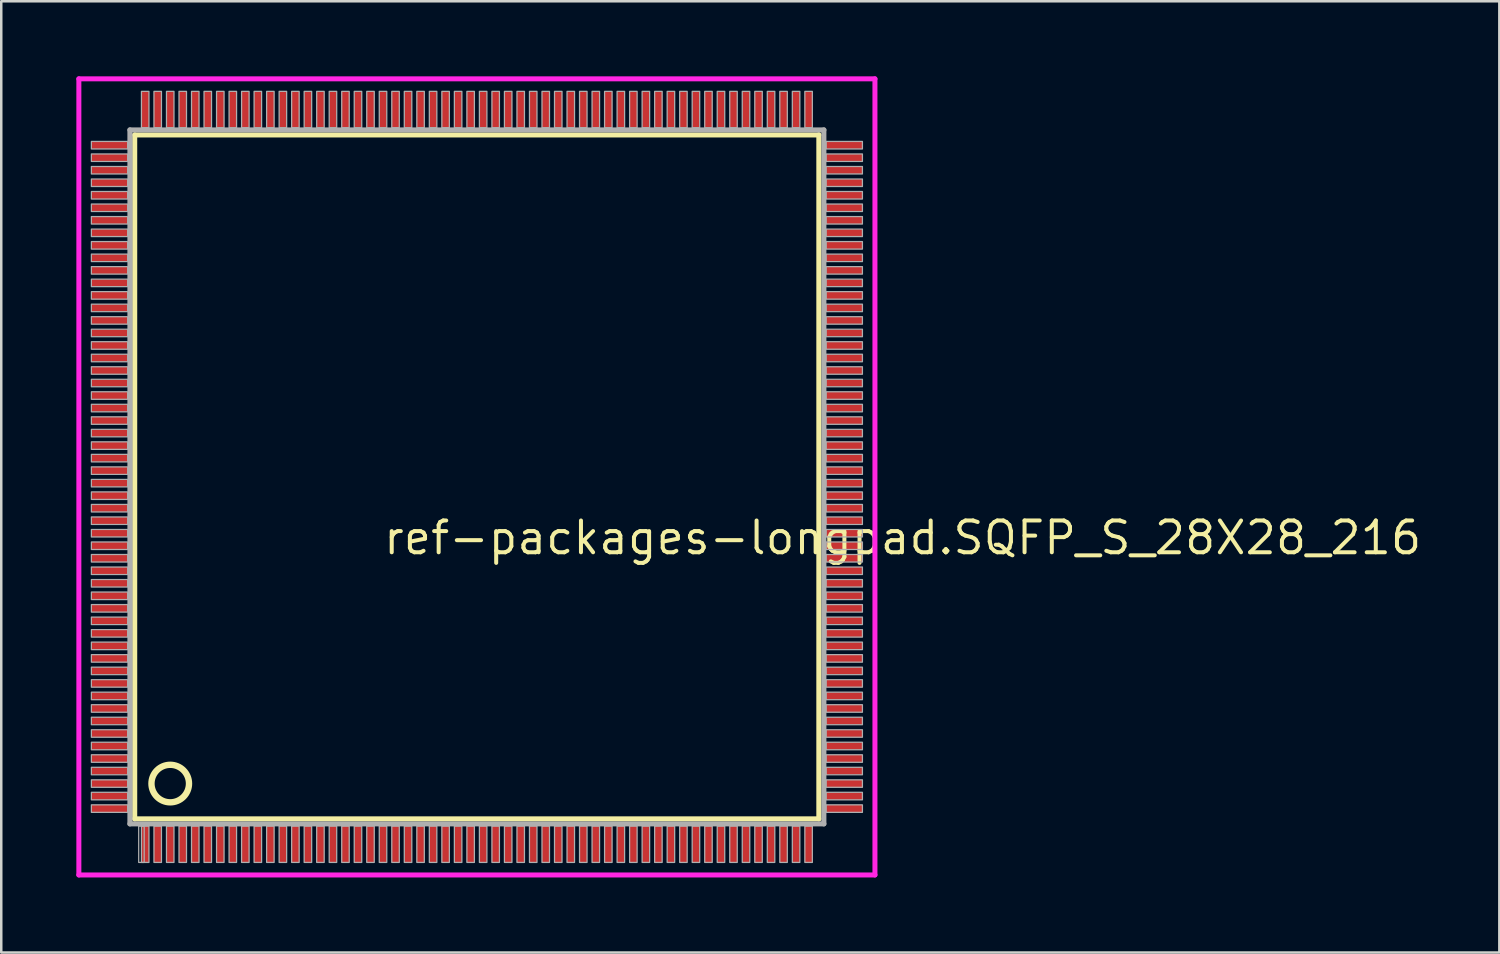
<source format=kicad_pcb>
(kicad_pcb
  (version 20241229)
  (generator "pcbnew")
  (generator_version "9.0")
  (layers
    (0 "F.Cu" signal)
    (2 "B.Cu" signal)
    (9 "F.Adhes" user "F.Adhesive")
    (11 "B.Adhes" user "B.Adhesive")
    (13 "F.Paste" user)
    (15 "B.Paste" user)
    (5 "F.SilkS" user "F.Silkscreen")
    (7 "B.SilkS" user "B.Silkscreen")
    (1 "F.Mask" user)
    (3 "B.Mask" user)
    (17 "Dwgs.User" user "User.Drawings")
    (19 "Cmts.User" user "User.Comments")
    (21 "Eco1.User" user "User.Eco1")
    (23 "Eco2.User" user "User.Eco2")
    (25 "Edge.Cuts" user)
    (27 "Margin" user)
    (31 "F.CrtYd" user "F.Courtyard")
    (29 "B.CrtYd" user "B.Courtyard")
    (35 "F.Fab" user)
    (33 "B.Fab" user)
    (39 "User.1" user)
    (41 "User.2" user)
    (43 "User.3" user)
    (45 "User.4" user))
  (footprint "ref-packages-longpad.SQFP_S_28X28_216"
    (layer "F.Cu")
    (at 16 16)
    (property "Reference" "ref-packages-longpad.SQFP_S_28X28_216" (at -3.81 3.175 0) (layer "F.SilkS") (effects (font (size 1.27 1.27) (thickness 0.16)) (justify left bottom)))
    (attr smd)
    (fp_line (start -13.67 -13.66) (end 13.66 -13.66) (stroke (width 0.203) (type default)) (layer "F.SilkS"))
    (fp_line (start -13.67 13.66) (end -13.67 -13.66) (stroke (width 0.203) (type default)) (layer "F.SilkS"))
    (fp_line (start 13.66 -13.66) (end 13.66 13.66) (stroke (width 0.203) (type default)) (layer "F.SilkS"))
    (fp_line (start 13.66 13.66) (end -13.67 13.66) (stroke (width 0.203) (type default)) (layer "F.SilkS"))
    (fp_circle (center -12.25 12.25) (end -11.5 12.25) (stroke (width 0.254) (type default)) (fill no) (layer "F.SilkS"))
    (fp_line (start -15.9 -15.9) (end 15.9 -15.9) (stroke (width 0.2) (type default)) (layer "F.CrtYd"))
    (fp_line (start -15.9 15.9) (end -15.9 -15.9) (stroke (width 0.2) (type default)) (layer "F.CrtYd"))
    (fp_line (start 15.9 -15.9) (end 15.9 15.9) (stroke (width 0.2) (type default)) (layer "F.CrtYd"))
    (fp_line (start 15.9 15.9) (end -15.9 15.9) (stroke (width 0.2) (type default)) (layer "F.CrtYd"))
    (fp_line (start -13.86 -13.86) (end -13.86 13.86) (stroke (width 0.203) (type default)) (layer "F.Fab"))
    (fp_line (start -13.86 13.86) (end 13.86 13.86) (stroke (width 0.203) (type default)) (layer "F.Fab"))
    (fp_line (start 13.86 -13.86) (end -13.86 -13.86) (stroke (width 0.203) (type default)) (layer "F.Fab"))
    (fp_line (start 13.86 13.86) (end 13.86 -13.86) (stroke (width 0.203) (type default)) (layer "F.Fab"))
    (fp_rect (start -15.4 -13.1) (end -13.95 -13.4) (stroke (width 0.05) (type default)) (fill no) (layer "F.Fab"))
    (fp_rect (start -15.4 -12.6) (end -13.95 -12.9) (stroke (width 0.05) (type default)) (fill no) (layer "F.Fab"))
    (fp_rect (start -15.4 -12.1) (end -13.95 -12.4) (stroke (width 0.05) (type default)) (fill no) (layer "F.Fab"))
    (fp_rect (start -15.4 -11.6) (end -13.95 -11.9) (stroke (width 0.05) (type default)) (fill no) (layer "F.Fab"))
    (fp_rect (start -15.4 -11.1) (end -13.95 -11.4) (stroke (width 0.05) (type default)) (fill no) (layer "F.Fab"))
    (fp_rect (start -15.4 -10.6) (end -13.95 -10.9) (stroke (width 0.05) (type default)) (fill no) (layer "F.Fab"))
    (fp_rect (start -15.4 -10.1) (end -13.95 -10.4) (stroke (width 0.05) (type default)) (fill no) (layer "F.Fab"))
    (fp_rect (start -15.4 -9.6) (end -13.95 -9.9) (stroke (width 0.05) (type default)) (fill no) (layer "F.Fab"))
    (fp_rect (start -15.4 -9.1) (end -13.95 -9.4) (stroke (width 0.05) (type default)) (fill no) (layer "F.Fab"))
    (fp_rect (start -15.4 -8.6) (end -13.95 -8.9) (stroke (width 0.05) (type default)) (fill no) (layer "F.Fab"))
    (fp_rect (start -15.4 -8.1) (end -13.95 -8.4) (stroke (width 0.05) (type default)) (fill no) (layer "F.Fab"))
    (fp_rect (start -15.4 -7.6) (end -13.95 -7.9) (stroke (width 0.05) (type default)) (fill no) (layer "F.Fab"))
    (fp_rect (start -15.4 -7.1) (end -13.95 -7.4) (stroke (width 0.05) (type default)) (fill no) (layer "F.Fab"))
    (fp_rect (start -15.4 -6.6) (end -13.95 -6.9) (stroke (width 0.05) (type default)) (fill no) (layer "F.Fab"))
    (fp_rect (start -15.4 -6.1) (end -13.95 -6.4) (stroke (width 0.05) (type default)) (fill no) (layer "F.Fab"))
    (fp_rect (start -15.4 -5.6) (end -13.95 -5.9) (stroke (width 0.05) (type default)) (fill no) (layer "F.Fab"))
    (fp_rect (start -15.4 -5.1) (end -13.95 -5.4) (stroke (width 0.05) (type default)) (fill no) (layer "F.Fab"))
    (fp_rect (start -15.4 -4.6) (end -13.95 -4.9) (stroke (width 0.05) (type default)) (fill no) (layer "F.Fab"))
    (fp_rect (start -15.4 -4.1) (end -13.95 -4.4) (stroke (width 0.05) (type default)) (fill no) (layer "F.Fab"))
    (fp_rect (start -15.4 -3.6) (end -13.95 -3.9) (stroke (width 0.05) (type default)) (fill no) (layer "F.Fab"))
    (fp_rect (start -15.4 -3.1) (end -13.95 -3.4) (stroke (width 0.05) (type default)) (fill no) (layer "F.Fab"))
    (fp_rect (start -15.4 -2.6) (end -13.95 -2.9) (stroke (width 0.05) (type default)) (fill no) (layer "F.Fab"))
    (fp_rect (start -15.4 -2.1) (end -13.95 -2.4) (stroke (width 0.05) (type default)) (fill no) (layer "F.Fab"))
    (fp_rect (start -15.4 -1.6) (end -13.95 -1.9) (stroke (width 0.05) (type default)) (fill no) (layer "F.Fab"))
    (fp_rect (start -15.4 -1.1) (end -13.95 -1.4) (stroke (width 0.05) (type default)) (fill no) (layer "F.Fab"))
    (fp_rect (start -15.4 -0.6) (end -13.95 -0.9) (stroke (width 0.05) (type default)) (fill no) (layer "F.Fab"))
    (fp_rect (start -15.4 -0.1) (end -13.95 -0.4) (stroke (width 0.05) (type default)) (fill no) (layer "F.Fab"))
    (fp_rect (start -15.4 0.4) (end -13.95 0.1) (stroke (width 0.05) (type default)) (fill no) (layer "F.Fab"))
    (fp_rect (start -15.4 0.9) (end -13.95 0.6) (stroke (width 0.05) (type default)) (fill no) (layer "F.Fab"))
    (fp_rect (start -15.4 1.4) (end -13.95 1.1) (stroke (width 0.05) (type default)) (fill no) (layer "F.Fab"))
    (fp_rect (start -15.4 1.9) (end -13.95 1.6) (stroke (width 0.05) (type default)) (fill no) (layer "F.Fab"))
    (fp_rect (start -15.4 2.4) (end -13.95 2.1) (stroke (width 0.05) (type default)) (fill no) (layer "F.Fab"))
    (fp_rect (start -15.4 2.9) (end -13.95 2.6) (stroke (width 0.05) (type default)) (fill no) (layer "F.Fab"))
    (fp_rect (start -15.4 3.4) (end -13.95 3.1) (stroke (width 0.05) (type default)) (fill no) (layer "F.Fab"))
    (fp_rect (start -15.4 3.9) (end -13.95 3.6) (stroke (width 0.05) (type default)) (fill no) (layer "F.Fab"))
    (fp_rect (start -15.4 4.4) (end -13.95 4.1) (stroke (width 0.05) (type default)) (fill no) (layer "F.Fab"))
    (fp_rect (start -15.4 4.9) (end -13.95 4.6) (stroke (width 0.05) (type default)) (fill no) (layer "F.Fab"))
    (fp_rect (start -15.4 5.4) (end -13.95 5.1) (stroke (width 0.05) (type default)) (fill no) (layer "F.Fab"))
    (fp_rect (start -15.4 5.9) (end -13.95 5.6) (stroke (width 0.05) (type default)) (fill no) (layer "F.Fab"))
    (fp_rect (start -15.4 6.4) (end -13.95 6.1) (stroke (width 0.05) (type default)) (fill no) (layer "F.Fab"))
    (fp_rect (start -15.4 6.9) (end -13.95 6.6) (stroke (width 0.05) (type default)) (fill no) (layer "F.Fab"))
    (fp_rect (start -15.4 7.4) (end -13.95 7.1) (stroke (width 0.05) (type default)) (fill no) (layer "F.Fab"))
    (fp_rect (start -15.4 7.9) (end -13.95 7.6) (stroke (width 0.05) (type default)) (fill no) (layer "F.Fab"))
    (fp_rect (start -15.4 8.4) (end -13.95 8.1) (stroke (width 0.05) (type default)) (fill no) (layer "F.Fab"))
    (fp_rect (start -15.4 8.9) (end -13.95 8.6) (stroke (width 0.05) (type default)) (fill no) (layer "F.Fab"))
    (fp_rect (start -15.4 9.4) (end -13.95 9.1) (stroke (width 0.05) (type default)) (fill no) (layer "F.Fab"))
    (fp_rect (start -15.4 9.9) (end -13.95 9.6) (stroke (width 0.05) (type default)) (fill no) (layer "F.Fab"))
    (fp_rect (start -15.4 10.4) (end -13.95 10.1) (stroke (width 0.05) (type default)) (fill no) (layer "F.Fab"))
    (fp_rect (start -15.4 10.9) (end -13.95 10.6) (stroke (width 0.05) (type default)) (fill no) (layer "F.Fab"))
    (fp_rect (start -15.4 11.4) (end -13.95 11.1) (stroke (width 0.05) (type default)) (fill no) (layer "F.Fab"))
    (fp_rect (start -15.4 11.9) (end -13.95 11.6) (stroke (width 0.05) (type default)) (fill no) (layer "F.Fab"))
    (fp_rect (start -15.4 12.4) (end -13.95 12.1) (stroke (width 0.05) (type default)) (fill no) (layer "F.Fab"))
    (fp_rect (start -15.4 12.9) (end -13.95 12.6) (stroke (width 0.05) (type default)) (fill no) (layer "F.Fab"))
    (fp_rect (start -15.4 13.4) (end -13.95 13.1) (stroke (width 0.05) (type default)) (fill no) (layer "F.Fab"))
    (fp_rect (start -13.51 15.4) (end -13.29 13.95) (stroke (width 0.05) (type default)) (fill no) (layer "F.Fab"))
    (fp_rect (start -13.4 -13.95) (end -13.1 -15.4) (stroke (width 0.05) (type default)) (fill no) (layer "F.Fab"))
    (fp_rect (start -13.4 15.4) (end -13.1 13.95) (stroke (width 0.05) (type default)) (fill no) (layer "F.Fab"))
    (fp_rect (start -12.9 -13.95) (end -12.6 -15.4) (stroke (width 0.05) (type default)) (fill no) (layer "F.Fab"))
    (fp_rect (start -12.9 15.4) (end -12.6 13.95) (stroke (width 0.05) (type default)) (fill no) (layer "F.Fab"))
    (fp_rect (start -12.4 -13.95) (end -12.1 -15.4) (stroke (width 0.05) (type default)) (fill no) (layer "F.Fab"))
    (fp_rect (start -12.4 15.4) (end -12.1 13.95) (stroke (width 0.05) (type default)) (fill no) (layer "F.Fab"))
    (fp_rect (start -11.9 -13.95) (end -11.6 -15.4) (stroke (width 0.05) (type default)) (fill no) (layer "F.Fab"))
    (fp_rect (start -11.9 15.4) (end -11.6 13.95) (stroke (width 0.05) (type default)) (fill no) (layer "F.Fab"))
    (fp_rect (start -11.4 -13.95) (end -11.1 -15.4) (stroke (width 0.05) (type default)) (fill no) (layer "F.Fab"))
    (fp_rect (start -11.4 15.4) (end -11.1 13.95) (stroke (width 0.05) (type default)) (fill no) (layer "F.Fab"))
    (fp_rect (start -10.9 -13.95) (end -10.6 -15.4) (stroke (width 0.05) (type default)) (fill no) (layer "F.Fab"))
    (fp_rect (start -10.9 15.4) (end -10.6 13.95) (stroke (width 0.05) (type default)) (fill no) (layer "F.Fab"))
    (fp_rect (start -10.4 -13.95) (end -10.1 -15.4) (stroke (width 0.05) (type default)) (fill no) (layer "F.Fab"))
    (fp_rect (start -10.4 15.4) (end -10.1 13.95) (stroke (width 0.05) (type default)) (fill no) (layer "F.Fab"))
    (fp_rect (start -9.9 -13.95) (end -9.6 -15.4) (stroke (width 0.05) (type default)) (fill no) (layer "F.Fab"))
    (fp_rect (start -9.9 15.4) (end -9.6 13.95) (stroke (width 0.05) (type default)) (fill no) (layer "F.Fab"))
    (fp_rect (start -9.4 -13.95) (end -9.1 -15.4) (stroke (width 0.05) (type default)) (fill no) (layer "F.Fab"))
    (fp_rect (start -9.4 15.4) (end -9.1 13.95) (stroke (width 0.05) (type default)) (fill no) (layer "F.Fab"))
    (fp_rect (start -8.9 -13.95) (end -8.6 -15.4) (stroke (width 0.05) (type default)) (fill no) (layer "F.Fab"))
    (fp_rect (start -8.9 15.4) (end -8.6 13.95) (stroke (width 0.05) (type default)) (fill no) (layer "F.Fab"))
    (fp_rect (start -8.4 -13.95) (end -8.1 -15.4) (stroke (width 0.05) (type default)) (fill no) (layer "F.Fab"))
    (fp_rect (start -8.4 15.4) (end -8.1 13.95) (stroke (width 0.05) (type default)) (fill no) (layer "F.Fab"))
    (fp_rect (start -7.9 -13.95) (end -7.6 -15.4) (stroke (width 0.05) (type default)) (fill no) (layer "F.Fab"))
    (fp_rect (start -7.9 15.4) (end -7.6 13.95) (stroke (width 0.05) (type default)) (fill no) (layer "F.Fab"))
    (fp_rect (start -7.4 -13.95) (end -7.1 -15.4) (stroke (width 0.05) (type default)) (fill no) (layer "F.Fab"))
    (fp_rect (start -7.4 15.4) (end -7.1 13.95) (stroke (width 0.05) (type default)) (fill no) (layer "F.Fab"))
    (fp_rect (start -6.9 -13.95) (end -6.6 -15.4) (stroke (width 0.05) (type default)) (fill no) (layer "F.Fab"))
    (fp_rect (start -6.9 15.4) (end -6.6 13.95) (stroke (width 0.05) (type default)) (fill no) (layer "F.Fab"))
    (fp_rect (start -6.4 -13.95) (end -6.1 -15.4) (stroke (width 0.05) (type default)) (fill no) (layer "F.Fab"))
    (fp_rect (start -6.4 15.4) (end -6.1 13.95) (stroke (width 0.05) (type default)) (fill no) (layer "F.Fab"))
    (fp_rect (start -5.9 -13.95) (end -5.6 -15.4) (stroke (width 0.05) (type default)) (fill no) (layer "F.Fab"))
    (fp_rect (start -5.9 15.4) (end -5.6 13.95) (stroke (width 0.05) (type default)) (fill no) (layer "F.Fab"))
    (fp_rect (start -5.4 -13.95) (end -5.1 -15.4) (stroke (width 0.05) (type default)) (fill no) (layer "F.Fab"))
    (fp_rect (start -5.4 15.4) (end -5.1 13.95) (stroke (width 0.05) (type default)) (fill no) (layer "F.Fab"))
    (fp_rect (start -4.9 -13.95) (end -4.6 -15.4) (stroke (width 0.05) (type default)) (fill no) (layer "F.Fab"))
    (fp_rect (start -4.9 15.4) (end -4.6 13.95) (stroke (width 0.05) (type default)) (fill no) (layer "F.Fab"))
    (fp_rect (start -4.4 -13.95) (end -4.1 -15.4) (stroke (width 0.05) (type default)) (fill no) (layer "F.Fab"))
    (fp_rect (start -4.4 15.4) (end -4.1 13.95) (stroke (width 0.05) (type default)) (fill no) (layer "F.Fab"))
    (fp_rect (start -3.9 -13.95) (end -3.6 -15.4) (stroke (width 0.05) (type default)) (fill no) (layer "F.Fab"))
    (fp_rect (start -3.9 15.4) (end -3.6 13.95) (stroke (width 0.05) (type default)) (fill no) (layer "F.Fab"))
    (fp_rect (start -3.4 -13.95) (end -3.1 -15.4) (stroke (width 0.05) (type default)) (fill no) (layer "F.Fab"))
    (fp_rect (start -3.4 15.4) (end -3.1 13.95) (stroke (width 0.05) (type default)) (fill no) (layer "F.Fab"))
    (fp_rect (start -2.9 -13.95) (end -2.6 -15.4) (stroke (width 0.05) (type default)) (fill no) (layer "F.Fab"))
    (fp_rect (start -2.9 15.4) (end -2.6 13.95) (stroke (width 0.05) (type default)) (fill no) (layer "F.Fab"))
    (fp_rect (start -2.4 -13.95) (end -2.1 -15.4) (stroke (width 0.05) (type default)) (fill no) (layer "F.Fab"))
    (fp_rect (start -2.4 15.4) (end -2.1 13.95) (stroke (width 0.05) (type default)) (fill no) (layer "F.Fab"))
    (fp_rect (start -1.9 -13.95) (end -1.6 -15.4) (stroke (width 0.05) (type default)) (fill no) (layer "F.Fab"))
    (fp_rect (start -1.9 15.4) (end -1.6 13.95) (stroke (width 0.05) (type default)) (fill no) (layer "F.Fab"))
    (fp_rect (start -1.4 -13.95) (end -1.1 -15.4) (stroke (width 0.05) (type default)) (fill no) (layer "F.Fab"))
    (fp_rect (start -1.4 15.4) (end -1.1 13.95) (stroke (width 0.05) (type default)) (fill no) (layer "F.Fab"))
    (fp_rect (start -0.9 -13.95) (end -0.6 -15.4) (stroke (width 0.05) (type default)) (fill no) (layer "F.Fab"))
    (fp_rect (start -0.9 15.4) (end -0.6 13.95) (stroke (width 0.05) (type default)) (fill no) (layer "F.Fab"))
    (fp_rect (start -0.4 -13.95) (end -0.1 -15.4) (stroke (width 0.05) (type default)) (fill no) (layer "F.Fab"))
    (fp_rect (start -0.4 15.4) (end -0.1 13.95) (stroke (width 0.05) (type default)) (fill no) (layer "F.Fab"))
    (fp_rect (start 0.1 -13.95) (end 0.4 -15.4) (stroke (width 0.05) (type default)) (fill no) (layer "F.Fab"))
    (fp_rect (start 0.1 15.4) (end 0.4 13.95) (stroke (width 0.05) (type default)) (fill no) (layer "F.Fab"))
    (fp_rect (start 0.6 -13.95) (end 0.9 -15.4) (stroke (width 0.05) (type default)) (fill no) (layer "F.Fab"))
    (fp_rect (start 0.6 15.4) (end 0.9 13.95) (stroke (width 0.05) (type default)) (fill no) (layer "F.Fab"))
    (fp_rect (start 1.1 -13.95) (end 1.4 -15.4) (stroke (width 0.05) (type default)) (fill no) (layer "F.Fab"))
    (fp_rect (start 1.1 15.4) (end 1.4 13.95) (stroke (width 0.05) (type default)) (fill no) (layer "F.Fab"))
    (fp_rect (start 1.6 -13.95) (end 1.9 -15.4) (stroke (width 0.05) (type default)) (fill no) (layer "F.Fab"))
    (fp_rect (start 1.6 15.4) (end 1.9 13.95) (stroke (width 0.05) (type default)) (fill no) (layer "F.Fab"))
    (fp_rect (start 2.1 -13.95) (end 2.4 -15.4) (stroke (width 0.05) (type default)) (fill no) (layer "F.Fab"))
    (fp_rect (start 2.1 15.4) (end 2.4 13.95) (stroke (width 0.05) (type default)) (fill no) (layer "F.Fab"))
    (fp_rect (start 2.6 -13.95) (end 2.9 -15.4) (stroke (width 0.05) (type default)) (fill no) (layer "F.Fab"))
    (fp_rect (start 2.6 15.4) (end 2.9 13.95) (stroke (width 0.05) (type default)) (fill no) (layer "F.Fab"))
    (fp_rect (start 3.1 -13.95) (end 3.4 -15.4) (stroke (width 0.05) (type default)) (fill no) (layer "F.Fab"))
    (fp_rect (start 3.1 15.4) (end 3.4 13.95) (stroke (width 0.05) (type default)) (fill no) (layer "F.Fab"))
    (fp_rect (start 3.6 -13.95) (end 3.9 -15.4) (stroke (width 0.05) (type default)) (fill no) (layer "F.Fab"))
    (fp_rect (start 3.6 15.4) (end 3.9 13.95) (stroke (width 0.05) (type default)) (fill no) (layer "F.Fab"))
    (fp_rect (start 4.1 -13.95) (end 4.4 -15.4) (stroke (width 0.05) (type default)) (fill no) (layer "F.Fab"))
    (fp_rect (start 4.1 15.4) (end 4.4 13.95) (stroke (width 0.05) (type default)) (fill no) (layer "F.Fab"))
    (fp_rect (start 4.6 -13.95) (end 4.9 -15.4) (stroke (width 0.05) (type default)) (fill no) (layer "F.Fab"))
    (fp_rect (start 4.6 15.4) (end 4.9 13.95) (stroke (width 0.05) (type default)) (fill no) (layer "F.Fab"))
    (fp_rect (start 5.1 -13.95) (end 5.4 -15.4) (stroke (width 0.05) (type default)) (fill no) (layer "F.Fab"))
    (fp_rect (start 5.1 15.4) (end 5.4 13.95) (stroke (width 0.05) (type default)) (fill no) (layer "F.Fab"))
    (fp_rect (start 5.6 -13.95) (end 5.9 -15.4) (stroke (width 0.05) (type default)) (fill no) (layer "F.Fab"))
    (fp_rect (start 5.6 15.4) (end 5.9 13.95) (stroke (width 0.05) (type default)) (fill no) (layer "F.Fab"))
    (fp_rect (start 6.1 -13.95) (end 6.4 -15.4) (stroke (width 0.05) (type default)) (fill no) (layer "F.Fab"))
    (fp_rect (start 6.1 15.4) (end 6.4 13.95) (stroke (width 0.05) (type default)) (fill no) (layer "F.Fab"))
    (fp_rect (start 6.6 -13.95) (end 6.9 -15.4) (stroke (width 0.05) (type default)) (fill no) (layer "F.Fab"))
    (fp_rect (start 6.6 15.4) (end 6.9 13.95) (stroke (width 0.05) (type default)) (fill no) (layer "F.Fab"))
    (fp_rect (start 7.1 -13.95) (end 7.4 -15.4) (stroke (width 0.05) (type default)) (fill no) (layer "F.Fab"))
    (fp_rect (start 7.1 15.4) (end 7.4 13.95) (stroke (width 0.05) (type default)) (fill no) (layer "F.Fab"))
    (fp_rect (start 7.6 -13.95) (end 7.9 -15.4) (stroke (width 0.05) (type default)) (fill no) (layer "F.Fab"))
    (fp_rect (start 7.6 15.4) (end 7.9 13.95) (stroke (width 0.05) (type default)) (fill no) (layer "F.Fab"))
    (fp_rect (start 8.1 -13.95) (end 8.4 -15.4) (stroke (width 0.05) (type default)) (fill no) (layer "F.Fab"))
    (fp_rect (start 8.1 15.4) (end 8.4 13.95) (stroke (width 0.05) (type default)) (fill no) (layer "F.Fab"))
    (fp_rect (start 8.6 -13.95) (end 8.9 -15.4) (stroke (width 0.05) (type default)) (fill no) (layer "F.Fab"))
    (fp_rect (start 8.6 15.4) (end 8.9 13.95) (stroke (width 0.05) (type default)) (fill no) (layer "F.Fab"))
    (fp_rect (start 9.1 -13.95) (end 9.4 -15.4) (stroke (width 0.05) (type default)) (fill no) (layer "F.Fab"))
    (fp_rect (start 9.1 15.4) (end 9.4 13.95) (stroke (width 0.05) (type default)) (fill no) (layer "F.Fab"))
    (fp_rect (start 9.6 -13.95) (end 9.9 -15.4) (stroke (width 0.05) (type default)) (fill no) (layer "F.Fab"))
    (fp_rect (start 9.6 15.4) (end 9.9 13.95) (stroke (width 0.05) (type default)) (fill no) (layer "F.Fab"))
    (fp_rect (start 10.1 -13.95) (end 10.4 -15.4) (stroke (width 0.05) (type default)) (fill no) (layer "F.Fab"))
    (fp_rect (start 10.1 15.4) (end 10.4 13.95) (stroke (width 0.05) (type default)) (fill no) (layer "F.Fab"))
    (fp_rect (start 10.6 -13.95) (end 10.9 -15.4) (stroke (width 0.05) (type default)) (fill no) (layer "F.Fab"))
    (fp_rect (start 10.6 15.4) (end 10.9 13.95) (stroke (width 0.05) (type default)) (fill no) (layer "F.Fab"))
    (fp_rect (start 11.1 -13.95) (end 11.4 -15.4) (stroke (width 0.05) (type default)) (fill no) (layer "F.Fab"))
    (fp_rect (start 11.1 15.4) (end 11.4 13.95) (stroke (width 0.05) (type default)) (fill no) (layer "F.Fab"))
    (fp_rect (start 11.6 -13.95) (end 11.9 -15.4) (stroke (width 0.05) (type default)) (fill no) (layer "F.Fab"))
    (fp_rect (start 11.6 15.4) (end 11.9 13.95) (stroke (width 0.05) (type default)) (fill no) (layer "F.Fab"))
    (fp_rect (start 12.1 -13.95) (end 12.4 -15.4) (stroke (width 0.05) (type default)) (fill no) (layer "F.Fab"))
    (fp_rect (start 12.1 15.4) (end 12.4 13.95) (stroke (width 0.05) (type default)) (fill no) (layer "F.Fab"))
    (fp_rect (start 12.6 -13.95) (end 12.9 -15.4) (stroke (width 0.05) (type default)) (fill no) (layer "F.Fab"))
    (fp_rect (start 12.6 15.4) (end 12.9 13.95) (stroke (width 0.05) (type default)) (fill no) (layer "F.Fab"))
    (fp_rect (start 13.1 -13.95) (end 13.4 -15.4) (stroke (width 0.05) (type default)) (fill no) (layer "F.Fab"))
    (fp_rect (start 13.1 15.4) (end 13.4 13.95) (stroke (width 0.05) (type default)) (fill no) (layer "F.Fab"))
    (fp_rect (start 13.95 -13.1) (end 15.4 -13.4) (stroke (width 0.05) (type default)) (fill no) (layer "F.Fab"))
    (fp_rect (start 13.95 -12.6) (end 15.4 -12.9) (stroke (width 0.05) (type default)) (fill no) (layer "F.Fab"))
    (fp_rect (start 13.95 -12.1) (end 15.4 -12.4) (stroke (width 0.05) (type default)) (fill no) (layer "F.Fab"))
    (fp_rect (start 13.95 -11.6) (end 15.4 -11.9) (stroke (width 0.05) (type default)) (fill no) (layer "F.Fab"))
    (fp_rect (start 13.95 -11.1) (end 15.4 -11.4) (stroke (width 0.05) (type default)) (fill no) (layer "F.Fab"))
    (fp_rect (start 13.95 -10.6) (end 15.4 -10.9) (stroke (width 0.05) (type default)) (fill no) (layer "F.Fab"))
    (fp_rect (start 13.95 -10.1) (end 15.4 -10.4) (stroke (width 0.05) (type default)) (fill no) (layer "F.Fab"))
    (fp_rect (start 13.95 -9.6) (end 15.4 -9.9) (stroke (width 0.05) (type default)) (fill no) (layer "F.Fab"))
    (fp_rect (start 13.95 -9.1) (end 15.4 -9.4) (stroke (width 0.05) (type default)) (fill no) (layer "F.Fab"))
    (fp_rect (start 13.95 -8.6) (end 15.4 -8.9) (stroke (width 0.05) (type default)) (fill no) (layer "F.Fab"))
    (fp_rect (start 13.95 -8.1) (end 15.4 -8.4) (stroke (width 0.05) (type default)) (fill no) (layer "F.Fab"))
    (fp_rect (start 13.95 -7.6) (end 15.4 -7.9) (stroke (width 0.05) (type default)) (fill no) (layer "F.Fab"))
    (fp_rect (start 13.95 -7.1) (end 15.4 -7.4) (stroke (width 0.05) (type default)) (fill no) (layer "F.Fab"))
    (fp_rect (start 13.95 -6.6) (end 15.4 -6.9) (stroke (width 0.05) (type default)) (fill no) (layer "F.Fab"))
    (fp_rect (start 13.95 -6.1) (end 15.4 -6.4) (stroke (width 0.05) (type default)) (fill no) (layer "F.Fab"))
    (fp_rect (start 13.95 -5.6) (end 15.4 -5.9) (stroke (width 0.05) (type default)) (fill no) (layer "F.Fab"))
    (fp_rect (start 13.95 -5.1) (end 15.4 -5.4) (stroke (width 0.05) (type default)) (fill no) (layer "F.Fab"))
    (fp_rect (start 13.95 -4.6) (end 15.4 -4.9) (stroke (width 0.05) (type default)) (fill no) (layer "F.Fab"))
    (fp_rect (start 13.95 -4.1) (end 15.4 -4.4) (stroke (width 0.05) (type default)) (fill no) (layer "F.Fab"))
    (fp_rect (start 13.95 -3.6) (end 15.4 -3.9) (stroke (width 0.05) (type default)) (fill no) (layer "F.Fab"))
    (fp_rect (start 13.95 -3.1) (end 15.4 -3.4) (stroke (width 0.05) (type default)) (fill no) (layer "F.Fab"))
    (fp_rect (start 13.95 -2.6) (end 15.4 -2.9) (stroke (width 0.05) (type default)) (fill no) (layer "F.Fab"))
    (fp_rect (start 13.95 -2.1) (end 15.4 -2.4) (stroke (width 0.05) (type default)) (fill no) (layer "F.Fab"))
    (fp_rect (start 13.95 -1.6) (end 15.4 -1.9) (stroke (width 0.05) (type default)) (fill no) (layer "F.Fab"))
    (fp_rect (start 13.95 -1.1) (end 15.4 -1.4) (stroke (width 0.05) (type default)) (fill no) (layer "F.Fab"))
    (fp_rect (start 13.95 -0.6) (end 15.4 -0.9) (stroke (width 0.05) (type default)) (fill no) (layer "F.Fab"))
    (fp_rect (start 13.95 -0.1) (end 15.4 -0.4) (stroke (width 0.05) (type default)) (fill no) (layer "F.Fab"))
    (fp_rect (start 13.95 0.4) (end 15.4 0.1) (stroke (width 0.05) (type default)) (fill no) (layer "F.Fab"))
    (fp_rect (start 13.95 0.9) (end 15.4 0.6) (stroke (width 0.05) (type default)) (fill no) (layer "F.Fab"))
    (fp_rect (start 13.95 1.4) (end 15.4 1.1) (stroke (width 0.05) (type default)) (fill no) (layer "F.Fab"))
    (fp_rect (start 13.95 1.9) (end 15.4 1.6) (stroke (width 0.05) (type default)) (fill no) (layer "F.Fab"))
    (fp_rect (start 13.95 2.4) (end 15.4 2.1) (stroke (width 0.05) (type default)) (fill no) (layer "F.Fab"))
    (fp_rect (start 13.95 2.9) (end 15.4 2.6) (stroke (width 0.05) (type default)) (fill no) (layer "F.Fab"))
    (fp_rect (start 13.95 3.4) (end 15.4 3.1) (stroke (width 0.05) (type default)) (fill no) (layer "F.Fab"))
    (fp_rect (start 13.95 3.9) (end 15.4 3.6) (stroke (width 0.05) (type default)) (fill no) (layer "F.Fab"))
    (fp_rect (start 13.95 4.4) (end 15.4 4.1) (stroke (width 0.05) (type default)) (fill no) (layer "F.Fab"))
    (fp_rect (start 13.95 4.9) (end 15.4 4.6) (stroke (width 0.05) (type default)) (fill no) (layer "F.Fab"))
    (fp_rect (start 13.95 5.4) (end 15.4 5.1) (stroke (width 0.05) (type default)) (fill no) (layer "F.Fab"))
    (fp_rect (start 13.95 5.9) (end 15.4 5.6) (stroke (width 0.05) (type default)) (fill no) (layer "F.Fab"))
    (fp_rect (start 13.95 6.4) (end 15.4 6.1) (stroke (width 0.05) (type default)) (fill no) (layer "F.Fab"))
    (fp_rect (start 13.95 6.9) (end 15.4 6.6) (stroke (width 0.05) (type default)) (fill no) (layer "F.Fab"))
    (fp_rect (start 13.95 7.4) (end 15.4 7.1) (stroke (width 0.05) (type default)) (fill no) (layer "F.Fab"))
    (fp_rect (start 13.95 7.9) (end 15.4 7.6) (stroke (width 0.05) (type default)) (fill no) (layer "F.Fab"))
    (fp_rect (start 13.95 8.4) (end 15.4 8.1) (stroke (width 0.05) (type default)) (fill no) (layer "F.Fab"))
    (fp_rect (start 13.95 8.9) (end 15.4 8.6) (stroke (width 0.05) (type default)) (fill no) (layer "F.Fab"))
    (fp_rect (start 13.95 9.4) (end 15.4 9.1) (stroke (width 0.05) (type default)) (fill no) (layer "F.Fab"))
    (fp_rect (start 13.95 9.9) (end 15.4 9.6) (stroke (width 0.05) (type default)) (fill no) (layer "F.Fab"))
    (fp_rect (start 13.95 10.4) (end 15.4 10.1) (stroke (width 0.05) (type default)) (fill no) (layer "F.Fab"))
    (fp_rect (start 13.95 10.9) (end 15.4 10.6) (stroke (width 0.05) (type default)) (fill no) (layer "F.Fab"))
    (fp_rect (start 13.95 11.4) (end 15.4 11.1) (stroke (width 0.05) (type default)) (fill no) (layer "F.Fab"))
    (fp_rect (start 13.95 11.9) (end 15.4 11.6) (stroke (width 0.05) (type default)) (fill no) (layer "F.Fab"))
    (fp_rect (start 13.95 12.4) (end 15.4 12.1) (stroke (width 0.05) (type default)) (fill no) (layer "F.Fab"))
    (fp_rect (start 13.95 12.9) (end 15.4 12.6) (stroke (width 0.05) (type default)) (fill no) (layer "F.Fab"))
    (fp_rect (start 13.95 13.4) (end 15.4 13.1) (stroke (width 0.05) (type default)) (fill no) (layer "F.Fab"))
    (pad "1" smd roundrect (at -13.25 14.6) (size 0.3 1.6) (layers "F.Cu" "F.Mask" "F.Paste") (roundrect_rratio 0.01))
    (pad "2" smd roundrect (at -12.75 14.6) (size 0.3 1.6) (layers "F.Cu" "F.Mask" "F.Paste") (roundrect_rratio 0.01))
    (pad "3" smd roundrect (at -12.25 14.6) (size 0.3 1.6) (layers "F.Cu" "F.Mask" "F.Paste") (roundrect_rratio 0.01))
    (pad "4" smd roundrect (at -11.75 14.6) (size 0.3 1.6) (layers "F.Cu" "F.Mask" "F.Paste") (roundrect_rratio 0.01))
    (pad "5" smd roundrect (at -11.25 14.6) (size 0.3 1.6) (layers "F.Cu" "F.Mask" "F.Paste") (roundrect_rratio 0.01))
    (pad "6" smd roundrect (at -10.75 14.6) (size 0.3 1.6) (layers "F.Cu" "F.Mask" "F.Paste") (roundrect_rratio 0.01))
    (pad "7" smd roundrect (at -10.25 14.6) (size 0.3 1.6) (layers "F.Cu" "F.Mask" "F.Paste") (roundrect_rratio 0.01))
    (pad "8" smd roundrect (at -9.75 14.6) (size 0.3 1.6) (layers "F.Cu" "F.Mask" "F.Paste") (roundrect_rratio 0.01))
    (pad "9" smd roundrect (at -9.25 14.6) (size 0.3 1.6) (layers "F.Cu" "F.Mask" "F.Paste") (roundrect_rratio 0.01))
    (pad "10" smd roundrect (at -8.75 14.6) (size 0.3 1.6) (layers "F.Cu" "F.Mask" "F.Paste") (roundrect_rratio 0.01))
    (pad "11" smd roundrect (at -8.25 14.6) (size 0.3 1.6) (layers "F.Cu" "F.Mask" "F.Paste") (roundrect_rratio 0.01))
    (pad "12" smd roundrect (at -7.75 14.6) (size 0.3 1.6) (layers "F.Cu" "F.Mask" "F.Paste") (roundrect_rratio 0.01))
    (pad "13" smd roundrect (at -7.25 14.6) (size 0.3 1.6) (layers "F.Cu" "F.Mask" "F.Paste") (roundrect_rratio 0.01))
    (pad "14" smd roundrect (at -6.75 14.6) (size 0.3 1.6) (layers "F.Cu" "F.Mask" "F.Paste") (roundrect_rratio 0.01))
    (pad "15" smd roundrect (at -6.25 14.6) (size 0.3 1.6) (layers "F.Cu" "F.Mask" "F.Paste") (roundrect_rratio 0.01))
    (pad "16" smd roundrect (at -5.75 14.6) (size 0.3 1.6) (layers "F.Cu" "F.Mask" "F.Paste") (roundrect_rratio 0.01))
    (pad "17" smd roundrect (at -5.25 14.6) (size 0.3 1.6) (layers "F.Cu" "F.Mask" "F.Paste") (roundrect_rratio 0.01))
    (pad "18" smd roundrect (at -4.75 14.6) (size 0.3 1.6) (layers "F.Cu" "F.Mask" "F.Paste") (roundrect_rratio 0.01))
    (pad "19" smd roundrect (at -4.25 14.6) (size 0.3 1.6) (layers "F.Cu" "F.Mask" "F.Paste") (roundrect_rratio 0.01))
    (pad "20" smd roundrect (at -3.75 14.6) (size 0.3 1.6) (layers "F.Cu" "F.Mask" "F.Paste") (roundrect_rratio 0.01))
    (pad "21" smd roundrect (at -3.25 14.6) (size 0.3 1.6) (layers "F.Cu" "F.Mask" "F.Paste") (roundrect_rratio 0.01))
    (pad "22" smd roundrect (at -2.75 14.6) (size 0.3 1.6) (layers "F.Cu" "F.Mask" "F.Paste") (roundrect_rratio 0.01))
    (pad "23" smd roundrect (at -2.25 14.6) (size 0.3 1.6) (layers "F.Cu" "F.Mask" "F.Paste") (roundrect_rratio 0.01))
    (pad "24" smd roundrect (at -1.75 14.6) (size 0.3 1.6) (layers "F.Cu" "F.Mask" "F.Paste") (roundrect_rratio 0.01))
    (pad "25" smd roundrect (at -1.25 14.6) (size 0.3 1.6) (layers "F.Cu" "F.Mask" "F.Paste") (roundrect_rratio 0.01))
    (pad "26" smd roundrect (at -0.75 14.6) (size 0.3 1.6) (layers "F.Cu" "F.Mask" "F.Paste") (roundrect_rratio 0.01))
    (pad "27" smd roundrect (at -0.25 14.6) (size 0.3 1.6) (layers "F.Cu" "F.Mask" "F.Paste") (roundrect_rratio 0.01))
    (pad "28" smd roundrect (at 0.25 14.6) (size 0.3 1.6) (layers "F.Cu" "F.Mask" "F.Paste") (roundrect_rratio 0.01))
    (pad "29" smd roundrect (at 0.75 14.6) (size 0.3 1.6) (layers "F.Cu" "F.Mask" "F.Paste") (roundrect_rratio 0.01))
    (pad "30" smd roundrect (at 1.25 14.6) (size 0.3 1.6) (layers "F.Cu" "F.Mask" "F.Paste") (roundrect_rratio 0.01))
    (pad "31" smd roundrect (at 1.75 14.6) (size 0.3 1.6) (layers "F.Cu" "F.Mask" "F.Paste") (roundrect_rratio 0.01))
    (pad "32" smd roundrect (at 2.25 14.6) (size 0.3 1.6) (layers "F.Cu" "F.Mask" "F.Paste") (roundrect_rratio 0.01))
    (pad "33" smd roundrect (at 2.75 14.6) (size 0.3 1.6) (layers "F.Cu" "F.Mask" "F.Paste") (roundrect_rratio 0.01))
    (pad "34" smd roundrect (at 3.25 14.6) (size 0.3 1.6) (layers "F.Cu" "F.Mask" "F.Paste") (roundrect_rratio 0.01))
    (pad "35" smd roundrect (at 3.75 14.6) (size 0.3 1.6) (layers "F.Cu" "F.Mask" "F.Paste") (roundrect_rratio 0.01))
    (pad "36" smd roundrect (at 4.25 14.6) (size 0.3 1.6) (layers "F.Cu" "F.Mask" "F.Paste") (roundrect_rratio 0.01))
    (pad "37" smd roundrect (at 4.75 14.6) (size 0.3 1.6) (layers "F.Cu" "F.Mask" "F.Paste") (roundrect_rratio 0.01))
    (pad "38" smd roundrect (at 5.25 14.6) (size 0.3 1.6) (layers "F.Cu" "F.Mask" "F.Paste") (roundrect_rratio 0.01))
    (pad "39" smd roundrect (at 5.75 14.6) (size 0.3 1.6) (layers "F.Cu" "F.Mask" "F.Paste") (roundrect_rratio 0.01))
    (pad "40" smd roundrect (at 6.25 14.6) (size 0.3 1.6) (layers "F.Cu" "F.Mask" "F.Paste") (roundrect_rratio 0.01))
    (pad "41" smd roundrect (at 6.75 14.6) (size 0.3 1.6) (layers "F.Cu" "F.Mask" "F.Paste") (roundrect_rratio 0.01))
    (pad "42" smd roundrect (at 7.25 14.6) (size 0.3 1.6) (layers "F.Cu" "F.Mask" "F.Paste") (roundrect_rratio 0.01))
    (pad "43" smd roundrect (at 7.75 14.6) (size 0.3 1.6) (layers "F.Cu" "F.Mask" "F.Paste") (roundrect_rratio 0.01))
    (pad "44" smd roundrect (at 8.25 14.6) (size 0.3 1.6) (layers "F.Cu" "F.Mask" "F.Paste") (roundrect_rratio 0.01))
    (pad "45" smd roundrect (at 8.75 14.6) (size 0.3 1.6) (layers "F.Cu" "F.Mask" "F.Paste") (roundrect_rratio 0.01))
    (pad "46" smd roundrect (at 9.25 14.6) (size 0.3 1.6) (layers "F.Cu" "F.Mask" "F.Paste") (roundrect_rratio 0.01))
    (pad "47" smd roundrect (at 9.75 14.6) (size 0.3 1.6) (layers "F.Cu" "F.Mask" "F.Paste") (roundrect_rratio 0.01))
    (pad "48" smd roundrect (at 10.25 14.6) (size 0.3 1.6) (layers "F.Cu" "F.Mask" "F.Paste") (roundrect_rratio 0.01))
    (pad "49" smd roundrect (at 10.75 14.6) (size 0.3 1.6) (layers "F.Cu" "F.Mask" "F.Paste") (roundrect_rratio 0.01))
    (pad "50" smd roundrect (at 11.25 14.6) (size 0.3 1.6) (layers "F.Cu" "F.Mask" "F.Paste") (roundrect_rratio 0.01))
    (pad "51" smd roundrect (at 11.75 14.6) (size 0.3 1.6) (layers "F.Cu" "F.Mask" "F.Paste") (roundrect_rratio 0.01))
    (pad "52" smd roundrect (at 12.25 14.6) (size 0.3 1.6) (layers "F.Cu" "F.Mask" "F.Paste") (roundrect_rratio 0.01))
    (pad "53" smd roundrect (at 12.75 14.6) (size 0.3 1.6) (layers "F.Cu" "F.Mask" "F.Paste") (roundrect_rratio 0.01))
    (pad "54" smd roundrect (at 13.25 14.6) (size 0.3 1.6) (layers "F.Cu" "F.Mask" "F.Paste") (roundrect_rratio 0.01))
    (pad "55" smd roundrect (at 14.6 13.25) (size 1.6 0.3) (layers "F.Cu" "F.Mask" "F.Paste") (roundrect_rratio 0.01))
    (pad "56" smd roundrect (at 14.6 12.75) (size 1.6 0.3) (layers "F.Cu" "F.Mask" "F.Paste") (roundrect_rratio 0.01))
    (pad "57" smd roundrect (at 14.6 12.25) (size 1.6 0.3) (layers "F.Cu" "F.Mask" "F.Paste") (roundrect_rratio 0.01))
    (pad "58" smd roundrect (at 14.6 11.75) (size 1.6 0.3) (layers "F.Cu" "F.Mask" "F.Paste") (roundrect_rratio 0.01))
    (pad "59" smd roundrect (at 14.6 11.25) (size 1.6 0.3) (layers "F.Cu" "F.Mask" "F.Paste") (roundrect_rratio 0.01))
    (pad "60" smd roundrect (at 14.6 10.75) (size 1.6 0.3) (layers "F.Cu" "F.Mask" "F.Paste") (roundrect_rratio 0.01))
    (pad "61" smd roundrect (at 14.6 10.25) (size 1.6 0.3) (layers "F.Cu" "F.Mask" "F.Paste") (roundrect_rratio 0.01))
    (pad "62" smd roundrect (at 14.6 9.75) (size 1.6 0.3) (layers "F.Cu" "F.Mask" "F.Paste") (roundrect_rratio 0.01))
    (pad "63" smd roundrect (at 14.6 9.25) (size 1.6 0.3) (layers "F.Cu" "F.Mask" "F.Paste") (roundrect_rratio 0.01))
    (pad "64" smd roundrect (at 14.6 8.75) (size 1.6 0.3) (layers "F.Cu" "F.Mask" "F.Paste") (roundrect_rratio 0.01))
    (pad "65" smd roundrect (at 14.6 8.25) (size 1.6 0.3) (layers "F.Cu" "F.Mask" "F.Paste") (roundrect_rratio 0.01))
    (pad "66" smd roundrect (at 14.6 7.75) (size 1.6 0.3) (layers "F.Cu" "F.Mask" "F.Paste") (roundrect_rratio 0.01))
    (pad "67" smd roundrect (at 14.6 7.25) (size 1.6 0.3) (layers "F.Cu" "F.Mask" "F.Paste") (roundrect_rratio 0.01))
    (pad "68" smd roundrect (at 14.6 6.75) (size 1.6 0.3) (layers "F.Cu" "F.Mask" "F.Paste") (roundrect_rratio 0.01))
    (pad "69" smd roundrect (at 14.6 6.25) (size 1.6 0.3) (layers "F.Cu" "F.Mask" "F.Paste") (roundrect_rratio 0.01))
    (pad "70" smd roundrect (at 14.6 5.75) (size 1.6 0.3) (layers "F.Cu" "F.Mask" "F.Paste") (roundrect_rratio 0.01))
    (pad "71" smd roundrect (at 14.6 5.25) (size 1.6 0.3) (layers "F.Cu" "F.Mask" "F.Paste") (roundrect_rratio 0.01))
    (pad "72" smd roundrect (at 14.6 4.75) (size 1.6 0.3) (layers "F.Cu" "F.Mask" "F.Paste") (roundrect_rratio 0.01))
    (pad "73" smd roundrect (at 14.6 4.25) (size 1.6 0.3) (layers "F.Cu" "F.Mask" "F.Paste") (roundrect_rratio 0.01))
    (pad "74" smd roundrect (at 14.6 3.75) (size 1.6 0.3) (layers "F.Cu" "F.Mask" "F.Paste") (roundrect_rratio 0.01))
    (pad "75" smd roundrect (at 14.6 3.25) (size 1.6 0.3) (layers "F.Cu" "F.Mask" "F.Paste") (roundrect_rratio 0.01))
    (pad "76" smd roundrect (at 14.6 2.75) (size 1.6 0.3) (layers "F.Cu" "F.Mask" "F.Paste") (roundrect_rratio 0.01))
    (pad "77" smd roundrect (at 14.6 2.25) (size 1.6 0.3) (layers "F.Cu" "F.Mask" "F.Paste") (roundrect_rratio 0.01))
    (pad "78" smd roundrect (at 14.6 1.75) (size 1.6 0.3) (layers "F.Cu" "F.Mask" "F.Paste") (roundrect_rratio 0.01))
    (pad "79" smd roundrect (at 14.6 1.25) (size 1.6 0.3) (layers "F.Cu" "F.Mask" "F.Paste") (roundrect_rratio 0.01))
    (pad "80" smd roundrect (at 14.6 0.75) (size 1.6 0.3) (layers "F.Cu" "F.Mask" "F.Paste") (roundrect_rratio 0.01))
    (pad "81" smd roundrect (at 14.6 0.25) (size 1.6 0.3) (layers "F.Cu" "F.Mask" "F.Paste") (roundrect_rratio 0.01))
    (pad "82" smd roundrect (at 14.6 -0.25) (size 1.6 0.3) (layers "F.Cu" "F.Mask" "F.Paste") (roundrect_rratio 0.01))
    (pad "83" smd roundrect (at 14.6 -0.75) (size 1.6 0.3) (layers "F.Cu" "F.Mask" "F.Paste") (roundrect_rratio 0.01))
    (pad "84" smd roundrect (at 14.6 -1.25) (size 1.6 0.3) (layers "F.Cu" "F.Mask" "F.Paste") (roundrect_rratio 0.01))
    (pad "85" smd roundrect (at 14.6 -1.75) (size 1.6 0.3) (layers "F.Cu" "F.Mask" "F.Paste") (roundrect_rratio 0.01))
    (pad "86" smd roundrect (at 14.6 -2.25) (size 1.6 0.3) (layers "F.Cu" "F.Mask" "F.Paste") (roundrect_rratio 0.01))
    (pad "87" smd roundrect (at 14.6 -2.75) (size 1.6 0.3) (layers "F.Cu" "F.Mask" "F.Paste") (roundrect_rratio 0.01))
    (pad "88" smd roundrect (at 14.6 -3.25) (size 1.6 0.3) (layers "F.Cu" "F.Mask" "F.Paste") (roundrect_rratio 0.01))
    (pad "89" smd roundrect (at 14.6 -3.75) (size 1.6 0.3) (layers "F.Cu" "F.Mask" "F.Paste") (roundrect_rratio 0.01))
    (pad "90" smd roundrect (at 14.6 -4.25) (size 1.6 0.3) (layers "F.Cu" "F.Mask" "F.Paste") (roundrect_rratio 0.01))
    (pad "91" smd roundrect (at 14.6 -4.75) (size 1.6 0.3) (layers "F.Cu" "F.Mask" "F.Paste") (roundrect_rratio 0.01))
    (pad "92" smd roundrect (at 14.6 -5.25) (size 1.6 0.3) (layers "F.Cu" "F.Mask" "F.Paste") (roundrect_rratio 0.01))
    (pad "93" smd roundrect (at 14.6 -5.75) (size 1.6 0.3) (layers "F.Cu" "F.Mask" "F.Paste") (roundrect_rratio 0.01))
    (pad "94" smd roundrect (at 14.6 -6.25) (size 1.6 0.3) (layers "F.Cu" "F.Mask" "F.Paste") (roundrect_rratio 0.01))
    (pad "95" smd roundrect (at 14.6 -6.75) (size 1.6 0.3) (layers "F.Cu" "F.Mask" "F.Paste") (roundrect_rratio 0.01))
    (pad "96" smd roundrect (at 14.6 -7.25) (size 1.6 0.3) (layers "F.Cu" "F.Mask" "F.Paste") (roundrect_rratio 0.01))
    (pad "97" smd roundrect (at 14.6 -7.75) (size 1.6 0.3) (layers "F.Cu" "F.Mask" "F.Paste") (roundrect_rratio 0.01))
    (pad "98" smd roundrect (at 14.6 -8.25) (size 1.6 0.3) (layers "F.Cu" "F.Mask" "F.Paste") (roundrect_rratio 0.01))
    (pad "99" smd roundrect (at 14.6 -8.75) (size 1.6 0.3) (layers "F.Cu" "F.Mask" "F.Paste") (roundrect_rratio 0.01))
    (pad "100" smd roundrect (at 14.6 -9.25) (size 1.6 0.3) (layers "F.Cu" "F.Mask" "F.Paste") (roundrect_rratio 0.01))
    (pad "101" smd roundrect (at 14.6 -9.75) (size 1.6 0.3) (layers "F.Cu" "F.Mask" "F.Paste") (roundrect_rratio 0.01))
    (pad "102" smd roundrect (at 14.6 -10.25) (size 1.6 0.3) (layers "F.Cu" "F.Mask" "F.Paste") (roundrect_rratio 0.01))
    (pad "103" smd roundrect (at 14.6 -10.75) (size 1.6 0.3) (layers "F.Cu" "F.Mask" "F.Paste") (roundrect_rratio 0.01))
    (pad "104" smd roundrect (at 14.6 -11.25) (size 1.6 0.3) (layers "F.Cu" "F.Mask" "F.Paste") (roundrect_rratio 0.01))
    (pad "105" smd roundrect (at 14.6 -11.75) (size 1.6 0.3) (layers "F.Cu" "F.Mask" "F.Paste") (roundrect_rratio 0.01))
    (pad "106" smd roundrect (at 14.6 -12.25) (size 1.6 0.3) (layers "F.Cu" "F.Mask" "F.Paste") (roundrect_rratio 0.01))
    (pad "107" smd roundrect (at 14.6 -12.75) (size 1.6 0.3) (layers "F.Cu" "F.Mask" "F.Paste") (roundrect_rratio 0.01))
    (pad "108" smd roundrect (at 14.6 -13.25) (size 1.6 0.3) (layers "F.Cu" "F.Mask" "F.Paste") (roundrect_rratio 0.01))
    (pad "109" smd roundrect (at 13.25 -14.6) (size 0.3 1.6) (layers "F.Cu" "F.Mask" "F.Paste") (roundrect_rratio 0.01))
    (pad "110" smd roundrect (at 12.75 -14.6) (size 0.3 1.6) (layers "F.Cu" "F.Mask" "F.Paste") (roundrect_rratio 0.01))
    (pad "111" smd roundrect (at 12.25 -14.6) (size 0.3 1.6) (layers "F.Cu" "F.Mask" "F.Paste") (roundrect_rratio 0.01))
    (pad "112" smd roundrect (at 11.75 -14.6) (size 0.3 1.6) (layers "F.Cu" "F.Mask" "F.Paste") (roundrect_rratio 0.01))
    (pad "113" smd roundrect (at 11.25 -14.6) (size 0.3 1.6) (layers "F.Cu" "F.Mask" "F.Paste") (roundrect_rratio 0.01))
    (pad "114" smd roundrect (at 10.75 -14.6) (size 0.3 1.6) (layers "F.Cu" "F.Mask" "F.Paste") (roundrect_rratio 0.01))
    (pad "115" smd roundrect (at 10.25 -14.6) (size 0.3 1.6) (layers "F.Cu" "F.Mask" "F.Paste") (roundrect_rratio 0.01))
    (pad "116" smd roundrect (at 9.75 -14.6) (size 0.3 1.6) (layers "F.Cu" "F.Mask" "F.Paste") (roundrect_rratio 0.01))
    (pad "117" smd roundrect (at 9.25 -14.6) (size 0.3 1.6) (layers "F.Cu" "F.Mask" "F.Paste") (roundrect_rratio 0.01))
    (pad "118" smd roundrect (at 8.75 -14.6) (size 0.3 1.6) (layers "F.Cu" "F.Mask" "F.Paste") (roundrect_rratio 0.01))
    (pad "119" smd roundrect (at 8.25 -14.6) (size 0.3 1.6) (layers "F.Cu" "F.Mask" "F.Paste") (roundrect_rratio 0.01))
    (pad "120" smd roundrect (at 7.75 -14.6) (size 0.3 1.6) (layers "F.Cu" "F.Mask" "F.Paste") (roundrect_rratio 0.01))
    (pad "121" smd roundrect (at 7.25 -14.6) (size 0.3 1.6) (layers "F.Cu" "F.Mask" "F.Paste") (roundrect_rratio 0.01))
    (pad "122" smd roundrect (at 6.75 -14.6) (size 0.3 1.6) (layers "F.Cu" "F.Mask" "F.Paste") (roundrect_rratio 0.01))
    (pad "123" smd roundrect (at 6.25 -14.6) (size 0.3 1.6) (layers "F.Cu" "F.Mask" "F.Paste") (roundrect_rratio 0.01))
    (pad "124" smd roundrect (at 5.75 -14.6) (size 0.3 1.6) (layers "F.Cu" "F.Mask" "F.Paste") (roundrect_rratio 0.01))
    (pad "125" smd roundrect (at 5.25 -14.6) (size 0.3 1.6) (layers "F.Cu" "F.Mask" "F.Paste") (roundrect_rratio 0.01))
    (pad "126" smd roundrect (at 4.75 -14.6) (size 0.3 1.6) (layers "F.Cu" "F.Mask" "F.Paste") (roundrect_rratio 0.01))
    (pad "127" smd roundrect (at 4.25 -14.6) (size 0.3 1.6) (layers "F.Cu" "F.Mask" "F.Paste") (roundrect_rratio 0.01))
    (pad "128" smd roundrect (at 3.75 -14.6) (size 0.3 1.6) (layers "F.Cu" "F.Mask" "F.Paste") (roundrect_rratio 0.01))
    (pad "129" smd roundrect (at 3.25 -14.6) (size 0.3 1.6) (layers "F.Cu" "F.Mask" "F.Paste") (roundrect_rratio 0.01))
    (pad "130" smd roundrect (at 2.75 -14.6) (size 0.3 1.6) (layers "F.Cu" "F.Mask" "F.Paste") (roundrect_rratio 0.01))
    (pad "131" smd roundrect (at 2.25 -14.6) (size 0.3 1.6) (layers "F.Cu" "F.Mask" "F.Paste") (roundrect_rratio 0.01))
    (pad "132" smd roundrect (at 1.75 -14.6) (size 0.3 1.6) (layers "F.Cu" "F.Mask" "F.Paste") (roundrect_rratio 0.01))
    (pad "133" smd roundrect (at 1.25 -14.6) (size 0.3 1.6) (layers "F.Cu" "F.Mask" "F.Paste") (roundrect_rratio 0.01))
    (pad "134" smd roundrect (at 0.75 -14.6) (size 0.3 1.6) (layers "F.Cu" "F.Mask" "F.Paste") (roundrect_rratio 0.01))
    (pad "135" smd roundrect (at 0.25 -14.6) (size 0.3 1.6) (layers "F.Cu" "F.Mask" "F.Paste") (roundrect_rratio 0.01))
    (pad "136" smd roundrect (at -0.25 -14.6) (size 0.3 1.6) (layers "F.Cu" "F.Mask" "F.Paste") (roundrect_rratio 0.01))
    (pad "137" smd roundrect (at -0.75 -14.6) (size 0.3 1.6) (layers "F.Cu" "F.Mask" "F.Paste") (roundrect_rratio 0.01))
    (pad "138" smd roundrect (at -1.25 -14.6) (size 0.3 1.6) (layers "F.Cu" "F.Mask" "F.Paste") (roundrect_rratio 0.01))
    (pad "139" smd roundrect (at -1.75 -14.6) (size 0.3 1.6) (layers "F.Cu" "F.Mask" "F.Paste") (roundrect_rratio 0.01))
    (pad "140" smd roundrect (at -2.25 -14.6) (size 0.3 1.6) (layers "F.Cu" "F.Mask" "F.Paste") (roundrect_rratio 0.01))
    (pad "141" smd roundrect (at -2.75 -14.6) (size 0.3 1.6) (layers "F.Cu" "F.Mask" "F.Paste") (roundrect_rratio 0.01))
    (pad "142" smd roundrect (at -3.25 -14.6) (size 0.3 1.6) (layers "F.Cu" "F.Mask" "F.Paste") (roundrect_rratio 0.01))
    (pad "143" smd roundrect (at -3.75 -14.6) (size 0.3 1.6) (layers "F.Cu" "F.Mask" "F.Paste") (roundrect_rratio 0.01))
    (pad "144" smd roundrect (at -4.25 -14.6) (size 0.3 1.6) (layers "F.Cu" "F.Mask" "F.Paste") (roundrect_rratio 0.01))
    (pad "145" smd roundrect (at -4.75 -14.6) (size 0.3 1.6) (layers "F.Cu" "F.Mask" "F.Paste") (roundrect_rratio 0.01))
    (pad "146" smd roundrect (at -5.25 -14.6) (size 0.3 1.6) (layers "F.Cu" "F.Mask" "F.Paste") (roundrect_rratio 0.01))
    (pad "147" smd roundrect (at -5.75 -14.6) (size 0.3 1.6) (layers "F.Cu" "F.Mask" "F.Paste") (roundrect_rratio 0.01))
    (pad "148" smd roundrect (at -6.25 -14.6) (size 0.3 1.6) (layers "F.Cu" "F.Mask" "F.Paste") (roundrect_rratio 0.01))
    (pad "149" smd roundrect (at -6.75 -14.6) (size 0.3 1.6) (layers "F.Cu" "F.Mask" "F.Paste") (roundrect_rratio 0.01))
    (pad "150" smd roundrect (at -7.25 -14.6) (size 0.3 1.6) (layers "F.Cu" "F.Mask" "F.Paste") (roundrect_rratio 0.01))
    (pad "151" smd roundrect (at -7.75 -14.6) (size 0.3 1.6) (layers "F.Cu" "F.Mask" "F.Paste") (roundrect_rratio 0.01))
    (pad "152" smd roundrect (at -8.25 -14.6) (size 0.3 1.6) (layers "F.Cu" "F.Mask" "F.Paste") (roundrect_rratio 0.01))
    (pad "153" smd roundrect (at -8.75 -14.6) (size 0.3 1.6) (layers "F.Cu" "F.Mask" "F.Paste") (roundrect_rratio 0.01))
    (pad "154" smd roundrect (at -9.25 -14.6) (size 0.3 1.6) (layers "F.Cu" "F.Mask" "F.Paste") (roundrect_rratio 0.01))
    (pad "155" smd roundrect (at -9.75 -14.6) (size 0.3 1.6) (layers "F.Cu" "F.Mask" "F.Paste") (roundrect_rratio 0.01))
    (pad "156" smd roundrect (at -10.25 -14.6) (size 0.3 1.6) (layers "F.Cu" "F.Mask" "F.Paste") (roundrect_rratio 0.01))
    (pad "157" smd roundrect (at -10.75 -14.6) (size 0.3 1.6) (layers "F.Cu" "F.Mask" "F.Paste") (roundrect_rratio 0.01))
    (pad "158" smd roundrect (at -11.25 -14.6) (size 0.3 1.6) (layers "F.Cu" "F.Mask" "F.Paste") (roundrect_rratio 0.01))
    (pad "159" smd roundrect (at -11.75 -14.6) (size 0.3 1.6) (layers "F.Cu" "F.Mask" "F.Paste") (roundrect_rratio 0.01))
    (pad "160" smd roundrect (at -12.25 -14.6) (size 0.3 1.6) (layers "F.Cu" "F.Mask" "F.Paste") (roundrect_rratio 0.01))
    (pad "161" smd roundrect (at -12.75 -14.6) (size 0.3 1.6) (layers "F.Cu" "F.Mask" "F.Paste") (roundrect_rratio 0.01))
    (pad "162" smd roundrect (at -13.25 -14.6) (size 0.3 1.6) (layers "F.Cu" "F.Mask" "F.Paste") (roundrect_rratio 0.01))
    (pad "163" smd roundrect (at -14.6 -13.25) (size 1.6 0.3) (layers "F.Cu" "F.Mask" "F.Paste") (roundrect_rratio 0.01))
    (pad "164" smd roundrect (at -14.6 -12.75) (size 1.6 0.3) (layers "F.Cu" "F.Mask" "F.Paste") (roundrect_rratio 0.01))
    (pad "165" smd roundrect (at -14.6 -12.25) (size 1.6 0.3) (layers "F.Cu" "F.Mask" "F.Paste") (roundrect_rratio 0.01))
    (pad "166" smd roundrect (at -14.6 -11.75) (size 1.6 0.3) (layers "F.Cu" "F.Mask" "F.Paste") (roundrect_rratio 0.01))
    (pad "167" smd roundrect (at -14.6 -11.25) (size 1.6 0.3) (layers "F.Cu" "F.Mask" "F.Paste") (roundrect_rratio 0.01))
    (pad "168" smd roundrect (at -14.6 -10.75) (size 1.6 0.3) (layers "F.Cu" "F.Mask" "F.Paste") (roundrect_rratio 0.01))
    (pad "169" smd roundrect (at -14.6 -10.25) (size 1.6 0.3) (layers "F.Cu" "F.Mask" "F.Paste") (roundrect_rratio 0.01))
    (pad "170" smd roundrect (at -14.6 -9.75) (size 1.6 0.3) (layers "F.Cu" "F.Mask" "F.Paste") (roundrect_rratio 0.01))
    (pad "171" smd roundrect (at -14.6 -9.25) (size 1.6 0.3) (layers "F.Cu" "F.Mask" "F.Paste") (roundrect_rratio 0.01))
    (pad "172" smd roundrect (at -14.6 -8.75) (size 1.6 0.3) (layers "F.Cu" "F.Mask" "F.Paste") (roundrect_rratio 0.01))
    (pad "173" smd roundrect (at -14.6 -8.25) (size 1.6 0.3) (layers "F.Cu" "F.Mask" "F.Paste") (roundrect_rratio 0.01))
    (pad "174" smd roundrect (at -14.6 -7.75) (size 1.6 0.3) (layers "F.Cu" "F.Mask" "F.Paste") (roundrect_rratio 0.01))
    (pad "175" smd roundrect (at -14.6 -7.25) (size 1.6 0.3) (layers "F.Cu" "F.Mask" "F.Paste") (roundrect_rratio 0.01))
    (pad "176" smd roundrect (at -14.6 -6.75) (size 1.6 0.3) (layers "F.Cu" "F.Mask" "F.Paste") (roundrect_rratio 0.01))
    (pad "177" smd roundrect (at -14.6 -6.25) (size 1.6 0.3) (layers "F.Cu" "F.Mask" "F.Paste") (roundrect_rratio 0.01))
    (pad "178" smd roundrect (at -14.6 -5.75) (size 1.6 0.3) (layers "F.Cu" "F.Mask" "F.Paste") (roundrect_rratio 0.01))
    (pad "179" smd roundrect (at -14.6 -5.25) (size 1.6 0.3) (layers "F.Cu" "F.Mask" "F.Paste") (roundrect_rratio 0.01))
    (pad "180" smd roundrect (at -14.6 -4.75) (size 1.6 0.3) (layers "F.Cu" "F.Mask" "F.Paste") (roundrect_rratio 0.01))
    (pad "181" smd roundrect (at -14.6 -4.25) (size 1.6 0.3) (layers "F.Cu" "F.Mask" "F.Paste") (roundrect_rratio 0.01))
    (pad "182" smd roundrect (at -14.6 -3.75) (size 1.6 0.3) (layers "F.Cu" "F.Mask" "F.Paste") (roundrect_rratio 0.01))
    (pad "183" smd roundrect (at -14.6 -3.25) (size 1.6 0.3) (layers "F.Cu" "F.Mask" "F.Paste") (roundrect_rratio 0.01))
    (pad "184" smd roundrect (at -14.6 -2.75) (size 1.6 0.3) (layers "F.Cu" "F.Mask" "F.Paste") (roundrect_rratio 0.01))
    (pad "185" smd roundrect (at -14.6 -2.25) (size 1.6 0.3) (layers "F.Cu" "F.Mask" "F.Paste") (roundrect_rratio 0.01))
    (pad "186" smd roundrect (at -14.6 -1.75) (size 1.6 0.3) (layers "F.Cu" "F.Mask" "F.Paste") (roundrect_rratio 0.01))
    (pad "187" smd roundrect (at -14.6 -1.25) (size 1.6 0.3) (layers "F.Cu" "F.Mask" "F.Paste") (roundrect_rratio 0.01))
    (pad "188" smd roundrect (at -14.6 -0.75) (size 1.6 0.3) (layers "F.Cu" "F.Mask" "F.Paste") (roundrect_rratio 0.01))
    (pad "189" smd roundrect (at -14.6 -0.25) (size 1.6 0.3) (layers "F.Cu" "F.Mask" "F.Paste") (roundrect_rratio 0.01))
    (pad "190" smd roundrect (at -14.6 0.25) (size 1.6 0.3) (layers "F.Cu" "F.Mask" "F.Paste") (roundrect_rratio 0.01))
    (pad "191" smd roundrect (at -14.6 0.75) (size 1.6 0.3) (layers "F.Cu" "F.Mask" "F.Paste") (roundrect_rratio 0.01))
    (pad "192" smd roundrect (at -14.6 1.25) (size 1.6 0.3) (layers "F.Cu" "F.Mask" "F.Paste") (roundrect_rratio 0.01))
    (pad "193" smd roundrect (at -14.6 1.75) (size 1.6 0.3) (layers "F.Cu" "F.Mask" "F.Paste") (roundrect_rratio 0.01))
    (pad "194" smd roundrect (at -14.6 2.25) (size 1.6 0.3) (layers "F.Cu" "F.Mask" "F.Paste") (roundrect_rratio 0.01))
    (pad "195" smd roundrect (at -14.6 2.75) (size 1.6 0.3) (layers "F.Cu" "F.Mask" "F.Paste") (roundrect_rratio 0.01))
    (pad "196" smd roundrect (at -14.6 3.25) (size 1.6 0.3) (layers "F.Cu" "F.Mask" "F.Paste") (roundrect_rratio 0.01))
    (pad "197" smd roundrect (at -14.6 3.75) (size 1.6 0.3) (layers "F.Cu" "F.Mask" "F.Paste") (roundrect_rratio 0.01))
    (pad "198" smd roundrect (at -14.6 4.25) (size 1.6 0.3) (layers "F.Cu" "F.Mask" "F.Paste") (roundrect_rratio 0.01))
    (pad "199" smd roundrect (at -14.6 4.75) (size 1.6 0.3) (layers "F.Cu" "F.Mask" "F.Paste") (roundrect_rratio 0.01))
    (pad "200" smd roundrect (at -14.6 5.25) (size 1.6 0.3) (layers "F.Cu" "F.Mask" "F.Paste") (roundrect_rratio 0.01))
    (pad "201" smd roundrect (at -14.6 5.75) (size 1.6 0.3) (layers "F.Cu" "F.Mask" "F.Paste") (roundrect_rratio 0.01))
    (pad "202" smd roundrect (at -14.6 6.25) (size 1.6 0.3) (layers "F.Cu" "F.Mask" "F.Paste") (roundrect_rratio 0.01))
    (pad "203" smd roundrect (at -14.6 6.75) (size 1.6 0.3) (layers "F.Cu" "F.Mask" "F.Paste") (roundrect_rratio 0.01))
    (pad "204" smd roundrect (at -14.6 7.25) (size 1.6 0.3) (layers "F.Cu" "F.Mask" "F.Paste") (roundrect_rratio 0.01))
    (pad "205" smd roundrect (at -14.6 7.75) (size 1.6 0.3) (layers "F.Cu" "F.Mask" "F.Paste") (roundrect_rratio 0.01))
    (pad "206" smd roundrect (at -14.6 8.25) (size 1.6 0.3) (layers "F.Cu" "F.Mask" "F.Paste") (roundrect_rratio 0.01))
    (pad "207" smd roundrect (at -14.6 8.75) (size 1.6 0.3) (layers "F.Cu" "F.Mask" "F.Paste") (roundrect_rratio 0.01))
    (pad "208" smd roundrect (at -14.6 9.25) (size 1.6 0.3) (layers "F.Cu" "F.Mask" "F.Paste") (roundrect_rratio 0.01))
    (pad "209" smd roundrect (at -14.6 9.75) (size 1.6 0.3) (layers "F.Cu" "F.Mask" "F.Paste") (roundrect_rratio 0.01))
    (pad "210" smd roundrect (at -14.6 10.25) (size 1.6 0.3) (layers "F.Cu" "F.Mask" "F.Paste") (roundrect_rratio 0.01))
    (pad "211" smd roundrect (at -14.6 10.75) (size 1.6 0.3) (layers "F.Cu" "F.Mask" "F.Paste") (roundrect_rratio 0.01))
    (pad "212" smd roundrect (at -14.6 11.25) (size 1.6 0.3) (layers "F.Cu" "F.Mask" "F.Paste") (roundrect_rratio 0.01))
    (pad "213" smd roundrect (at -14.6 11.75) (size 1.6 0.3) (layers "F.Cu" "F.Mask" "F.Paste") (roundrect_rratio 0.01))
    (pad "214" smd roundrect (at -14.6 12.25) (size 1.6 0.3) (layers "F.Cu" "F.Mask" "F.Paste") (roundrect_rratio 0.01))
    (pad "215" smd roundrect (at -14.6 12.75) (size 1.6 0.3) (layers "F.Cu" "F.Mask" "F.Paste") (roundrect_rratio 0.01))
    (pad "216" smd roundrect (at -14.6 13.25) (size 1.6 0.3) (layers "F.Cu" "F.Mask" "F.Paste") (roundrect_rratio 0.01)))
  (gr_rect
    (start -3 -3)
    (end 56.842 35)
    (stroke (width 0.1) (type default))
    (fill no)
    (layer "Edge.Cuts")))
</source>
